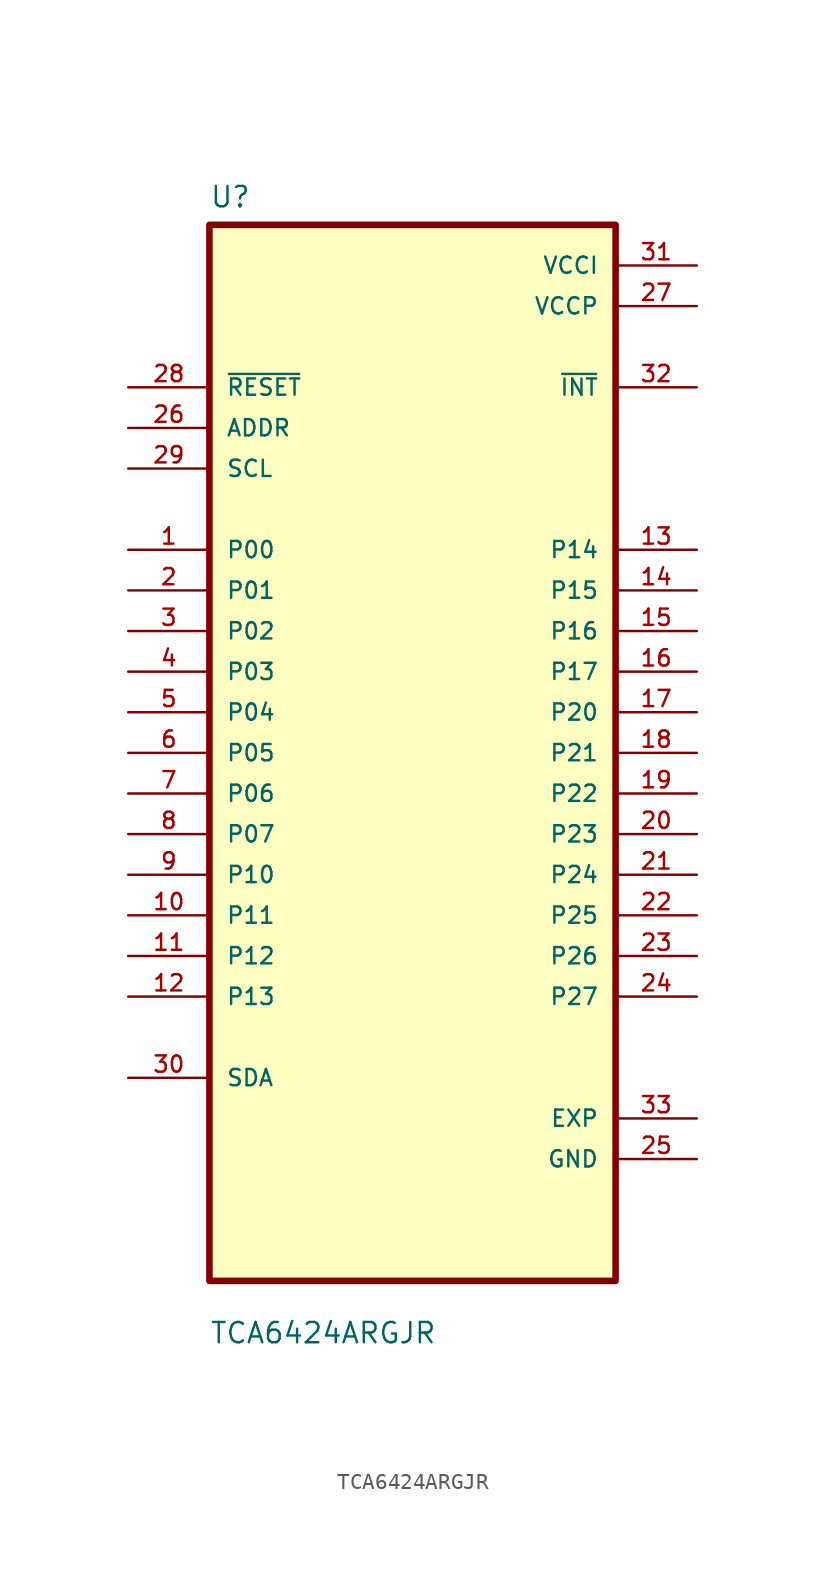
<source format=kicad_sym>
(kicad_symbol_lib
  (version 20211014)
  (generator kicad_symbol_editor)
  (symbol "TCA6424ARGJR"
    (pin_names
      (offset 1.016))
    (property "Reference" "U"
      (at -12.7 34.02 0.0)
      (effects (font (size 1.27 1.27)) (justify bottom left)))
    (property "Value" "TCA6424ARGJR"
      (at -12.7 -37.02 0.0)
      (effects (font (size 1.27 1.27)) (justify bottom left)))
    (symbol "TCA6424ARGJR_0_0"
      (rectangle (start -12.7 -33.02) (end 12.7 33.02) (stroke (width 0.41)) (fill (type background)))
      (pin input line (at -17.78 22.86 0) (length 5.08) (name "~{RESET}" (effects (font (size 1.016 1.016)))) (number "28" (effects (font (size 1.016 1.016)))))
      (pin input line (at -17.78 20.32 0) (length 5.08) (name "ADDR" (effects (font (size 1.016 1.016)))) (number "26" (effects (font (size 1.016 1.016)))))
      (pin input line (at -17.78 17.78 0) (length 5.08) (name "SCL" (effects (font (size 1.016 1.016)))) (number "29" (effects (font (size 1.016 1.016)))))
      (pin bidirectional line (at -17.78 12.7 0) (length 5.08) (name "P00" (effects (font (size 1.016 1.016)))) (number "1" (effects (font (size 1.016 1.016)))))
      (pin bidirectional line (at -17.78 10.16 0) (length 5.08) (name "P01" (effects (font (size 1.016 1.016)))) (number "2" (effects (font (size 1.016 1.016)))))
      (pin bidirectional line (at -17.78 7.62 0) (length 5.08) (name "P02" (effects (font (size 1.016 1.016)))) (number "3" (effects (font (size 1.016 1.016)))))
      (pin bidirectional line (at -17.78 5.08 0) (length 5.08) (name "P03" (effects (font (size 1.016 1.016)))) (number "4" (effects (font (size 1.016 1.016)))))
      (pin bidirectional line (at -17.78 2.54 0) (length 5.08) (name "P04" (effects (font (size 1.016 1.016)))) (number "5" (effects (font (size 1.016 1.016)))))
      (pin bidirectional line (at -17.78 1.06581e-14 0) (length 5.08) (name "P05" (effects (font (size 1.016 1.016)))) (number "6" (effects (font (size 1.016 1.016)))))
      (pin bidirectional line (at -17.78 -2.54 0) (length 5.08) (name "P06" (effects (font (size 1.016 1.016)))) (number "7" (effects (font (size 1.016 1.016)))))
      (pin bidirectional line (at -17.78 -5.08 0) (length 5.08) (name "P07" (effects (font (size 1.016 1.016)))) (number "8" (effects (font (size 1.016 1.016)))))
      (pin bidirectional line (at -17.78 -7.62 0) (length 5.08) (name "P10" (effects (font (size 1.016 1.016)))) (number "9" (effects (font (size 1.016 1.016)))))
      (pin bidirectional line (at -17.78 -10.16 0) (length 5.08) (name "P11" (effects (font (size 1.016 1.016)))) (number "10" (effects (font (size 1.016 1.016)))))
      (pin bidirectional line (at -17.78 -12.7 0) (length 5.08) (name "P12" (effects (font (size 1.016 1.016)))) (number "11" (effects (font (size 1.016 1.016)))))
      (pin bidirectional line (at -17.78 -15.24 0) (length 5.08) (name "P13" (effects (font (size 1.016 1.016)))) (number "12" (effects (font (size 1.016 1.016)))))
      (pin bidirectional line (at -17.78 -20.32 0) (length 5.08) (name "SDA" (effects (font (size 1.016 1.016)))) (number "30" (effects (font (size 1.016 1.016)))))
      (pin power_in line (at 17.78 30.48 180.0) (length 5.08) (name "VCCI" (effects (font (size 1.016 1.016)))) (number "31" (effects (font (size 1.016 1.016)))))
      (pin power_in line (at 17.78 27.94 180.0) (length 5.08) (name "VCCP" (effects (font (size 1.016 1.016)))) (number "27" (effects (font (size 1.016 1.016)))))
      (pin output line (at 17.78 22.86 180.0) (length 5.08) (name "~{INT}" (effects (font (size 1.016 1.016)))) (number "32" (effects (font (size 1.016 1.016)))))
      (pin bidirectional line (at 17.78 12.7 180.0) (length 5.08) (name "P14" (effects (font (size 1.016 1.016)))) (number "13" (effects (font (size 1.016 1.016)))))
      (pin bidirectional line (at 17.78 10.16 180.0) (length 5.08) (name "P15" (effects (font (size 1.016 1.016)))) (number "14" (effects (font (size 1.016 1.016)))))
      (pin bidirectional line (at 17.78 7.62 180.0) (length 5.08) (name "P16" (effects (font (size 1.016 1.016)))) (number "15" (effects (font (size 1.016 1.016)))))
      (pin bidirectional line (at 17.78 5.08 180.0) (length 5.08) (name "P17" (effects (font (size 1.016 1.016)))) (number "16" (effects (font (size 1.016 1.016)))))
      (pin bidirectional line (at 17.78 2.54 180.0) (length 5.08) (name "P20" (effects (font (size 1.016 1.016)))) (number "17" (effects (font (size 1.016 1.016)))))
      (pin bidirectional line (at 17.78 7.10543e-15 180.0) (length 5.08) (name "P21" (effects (font (size 1.016 1.016)))) (number "18" (effects (font (size 1.016 1.016)))))
      (pin bidirectional line (at 17.78 -2.54 180.0) (length 5.08) (name "P22" (effects (font (size 1.016 1.016)))) (number "19" (effects (font (size 1.016 1.016)))))
      (pin bidirectional line (at 17.78 -5.08 180.0) (length 5.08) (name "P23" (effects (font (size 1.016 1.016)))) (number "20" (effects (font (size 1.016 1.016)))))
      (pin bidirectional line (at 17.78 -7.62 180.0) (length 5.08) (name "P24" (effects (font (size 1.016 1.016)))) (number "21" (effects (font (size 1.016 1.016)))))
      (pin bidirectional line (at 17.78 -10.16 180.0) (length 5.08) (name "P25" (effects (font (size 1.016 1.016)))) (number "22" (effects (font (size 1.016 1.016)))))
      (pin bidirectional line (at 17.78 -12.7 180.0) (length 5.08) (name "P26" (effects (font (size 1.016 1.016)))) (number "23" (effects (font (size 1.016 1.016)))))
      (pin bidirectional line (at 17.78 -15.24 180.0) (length 5.08) (name "P27" (effects (font (size 1.016 1.016)))) (number "24" (effects (font (size 1.016 1.016)))))
      (pin power_in line (at 17.78 -22.86 180.0) (length 5.08) (name "EXP" (effects (font (size 1.016 1.016)))) (number "33" (effects (font (size 1.016 1.016)))))
      (pin power_in line (at 17.78 -25.4 180.0) (length 5.08) (name "GND" (effects (font (size 1.016 1.016)))) (number "25" (effects (font (size 1.016 1.016))))))))
</source>
